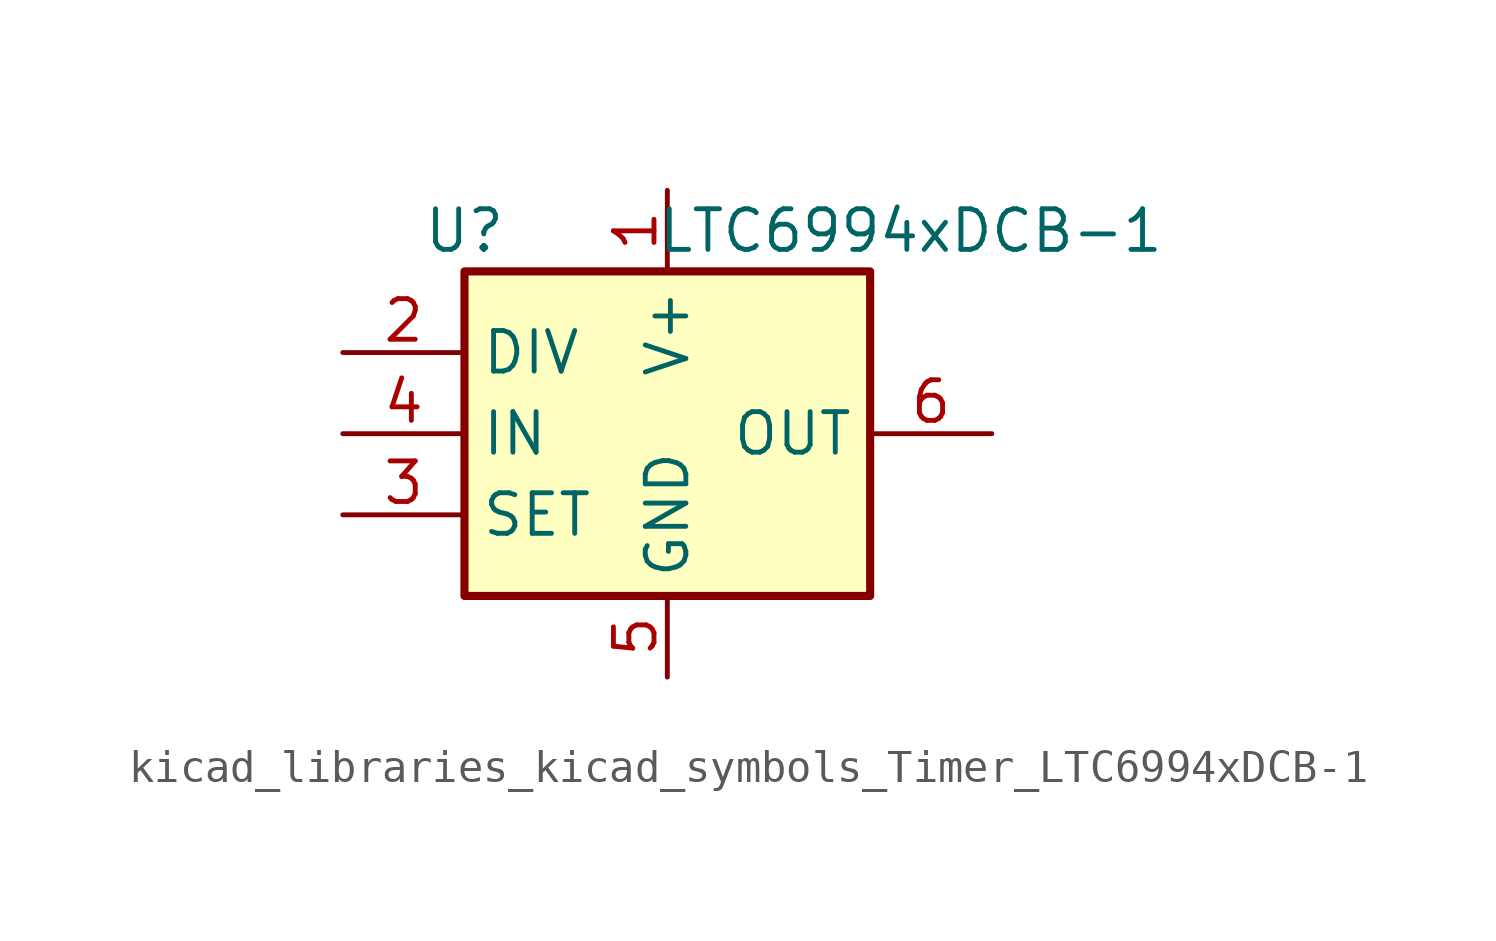
<source format=kicad_sym>
(kicad_symbol_lib
  (version 20220914)
  (generator kicad_symbol_editor)
  (symbol "kicad_libraries_kicad_symbols_Timer_LTC6994xDCB-1"
    (property "Reference" "U"
      (at -6.35 6.35 0)
      (effects (font (size 1.27 1.27))))
    (property "Value" "LTC6994xDCB-1"
      (at 7.62 6.35 0)
      (effects (font (size 1.27 1.27))))
    (symbol "kicad_libraries_kicad_symbols_Timer_LTC6994xDCB-1_0_1"
      (rectangle (start -6.35 5.08) (end 6.35 -5.08) (stroke (width 0.254) (type default)) (fill (type background))))
    (symbol "kicad_libraries_kicad_symbols_Timer_LTC6994xDCB-1_1_1"
      (pin power_in line (at 0 7.62 270) (length 2.54) (name "V+" (effects (font (size 1.27 1.27)))) (number "1" (effects (font (size 1.27 1.27)))))
      (pin input line (at -10.16 2.54 0) (length 3.81) (name "DIV" (effects (font (size 1.27 1.27)))) (number "2" (effects (font (size 1.27 1.27)))))
      (pin passive line (at -10.16 -2.54 0) (length 3.81) (name "SET" (effects (font (size 1.27 1.27)))) (number "3" (effects (font (size 1.27 1.27)))))
      (pin input line (at -10.16 0 0) (length 3.81) (name "IN" (effects (font (size 1.27 1.27)))) (number "4" (effects (font (size 1.27 1.27)))))
      (pin power_in line (at 0 -7.62 90) (length 2.54) (name "GND" (effects (font (size 1.27 1.27)))) (number "5" (effects (font (size 1.27 1.27)))))
      (pin output line (at 10.16 0 180) (length 3.81) (name "OUT" (effects (font (size 1.27 1.27)))) (number "6" (effects (font (size 1.27 1.27))))))))
</source>
